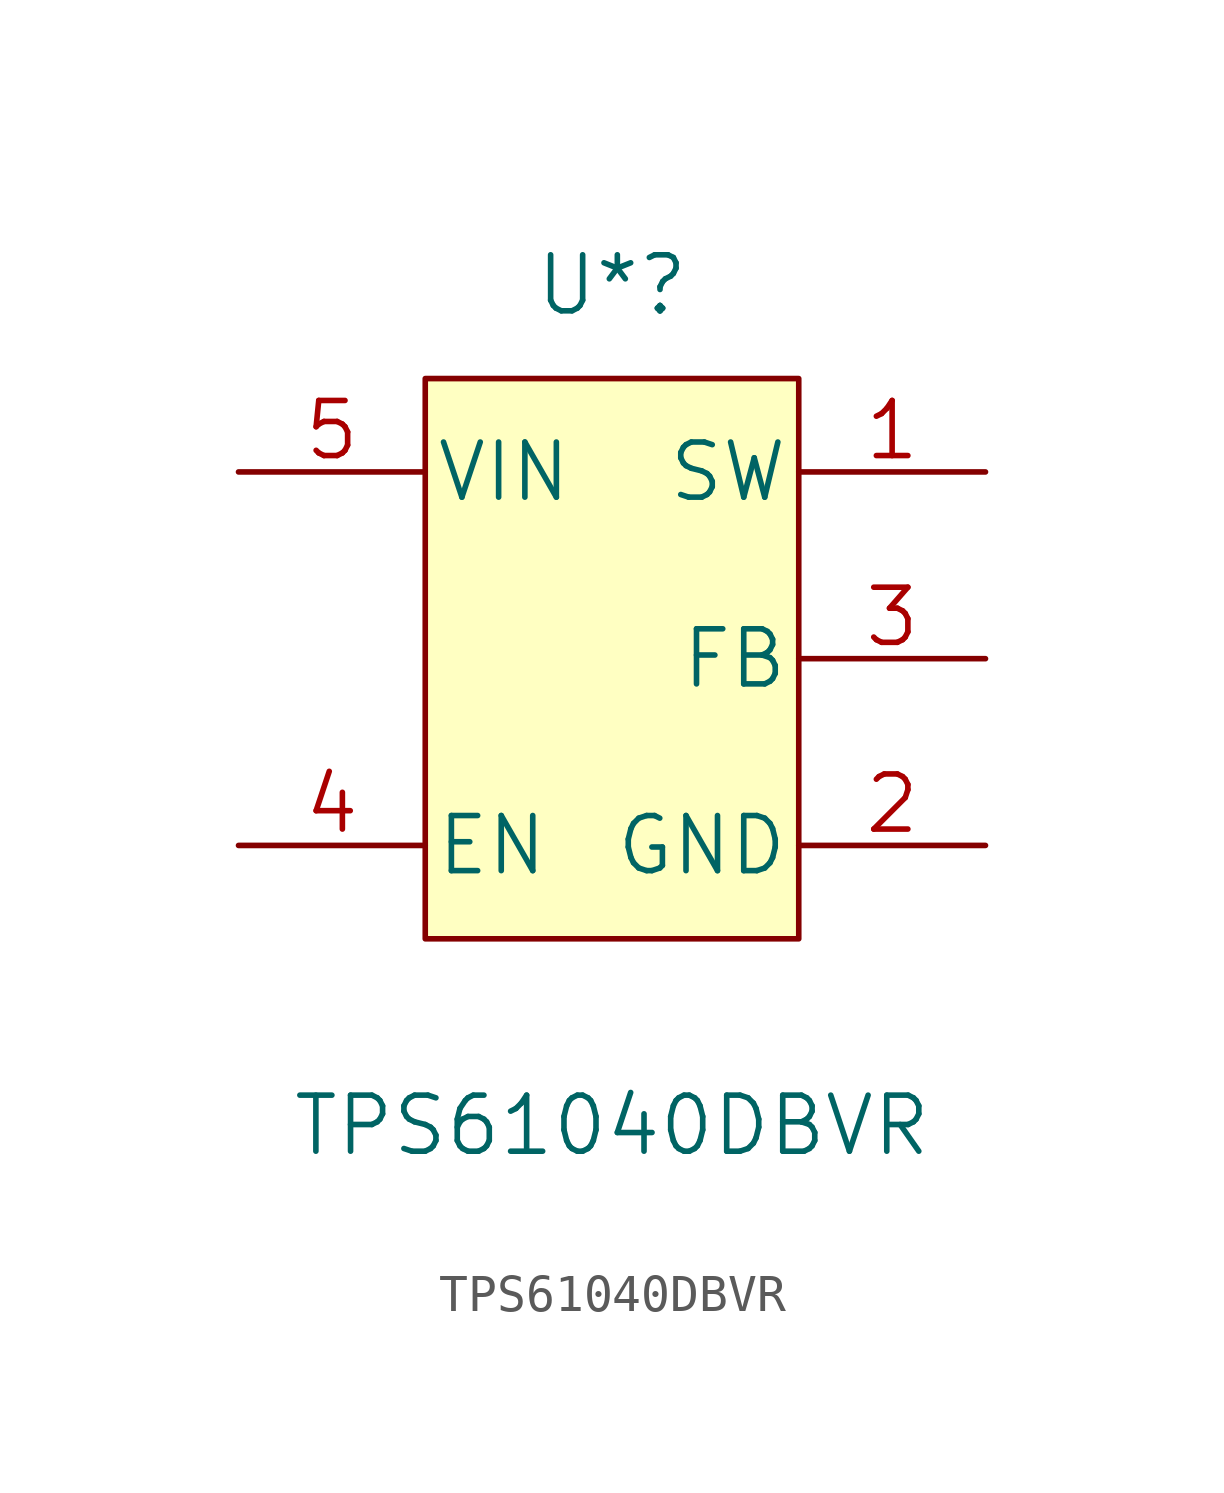
<source format=kicad_sym>
(kicad_symbol_lib
  (version 20211014)
  (generator kicad_symbol_editor)
  (symbol "TPS61040DBVR"
    (pin_names
      (offset 0.254))
    (property "Reference" "U*"
      (at 0 10.16 0)
      (effects (font (size 1.524 1.524))))
    (property "Value" "TPS61040DBVR"
      (at 0 -12.7 0)
      (effects (font (size 1.524 1.524))))
    (property "Datasheet" ""
      (at 0 0 0)
      (effects (font (size 1.524 1.524))))
    (property "ki_locked" ""
      (at 0 0 0)
      (effects (font (size 1.27 1.27))))
    (symbol "TPS61040DBVR_0_1"
      (rectangle (start -5.08 7.62) (end 5.08 -7.62) (stroke (width 0) (type default) (color 0 0 0 0)) (fill (type background))))
    (symbol "TPS61040DBVR_1_1"
      (pin power_in line (at 10.16 5.08 180) (length 5.08) (name "SW" (effects (font (size 1.499 1.499)))) (number "1" (effects (font (size 1.499 1.499)))))
      (pin power_in line (at 10.16 -5.08 180) (length 5.08) (name "GND" (effects (font (size 1.499 1.499)))) (number "2" (effects (font (size 1.499 1.499)))))
      (pin input line (at 10.16 0 180) (length 5.08) (name "FB" (effects (font (size 1.499 1.499)))) (number "3" (effects (font (size 1.499 1.499)))))
      (pin input line (at -10.16 -5.08 0) (length 5.08) (name "EN" (effects (font (size 1.499 1.499)))) (number "4" (effects (font (size 1.499 1.499)))))
      (pin power_in line (at -10.16 5.08 0) (length 5.08) (name "VIN" (effects (font (size 1.499 1.499)))) (number "5" (effects (font (size 1.499 1.499))))))))
</source>
